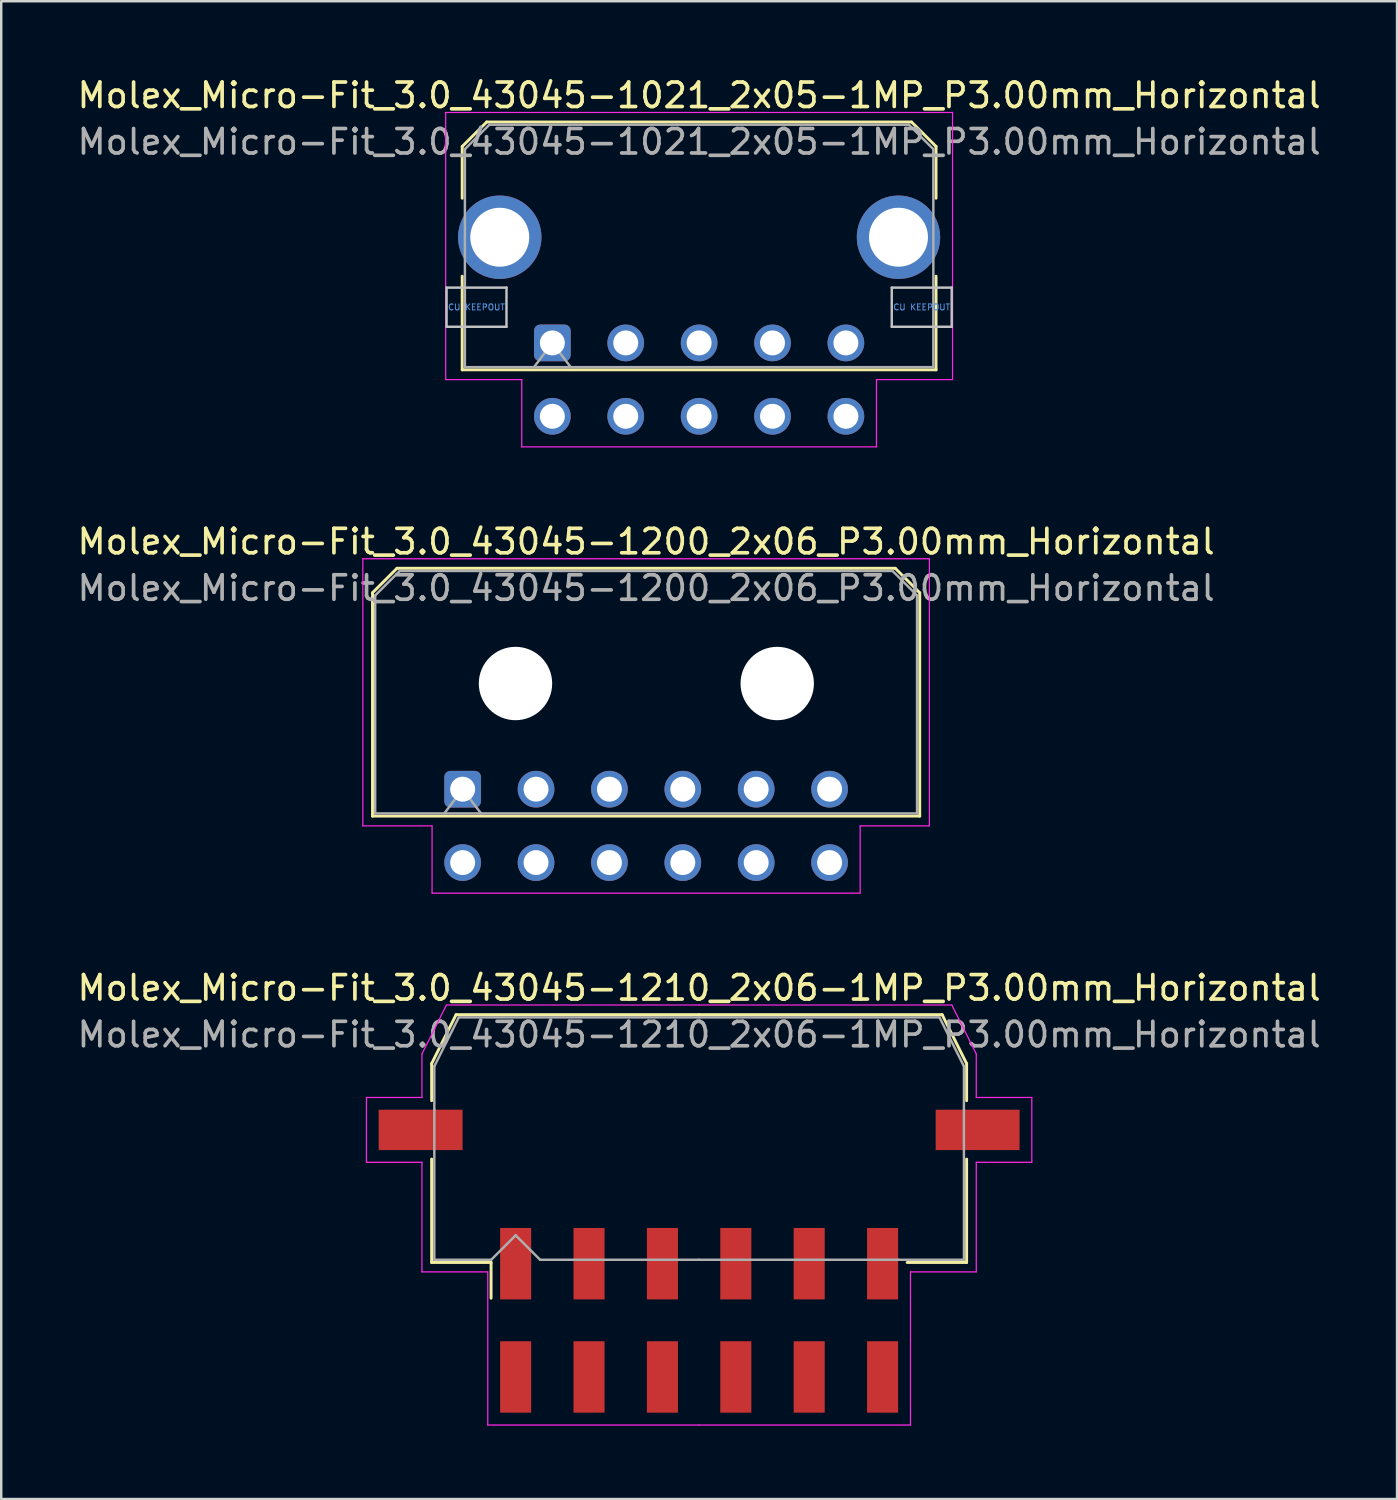
<source format=kicad_pcb>
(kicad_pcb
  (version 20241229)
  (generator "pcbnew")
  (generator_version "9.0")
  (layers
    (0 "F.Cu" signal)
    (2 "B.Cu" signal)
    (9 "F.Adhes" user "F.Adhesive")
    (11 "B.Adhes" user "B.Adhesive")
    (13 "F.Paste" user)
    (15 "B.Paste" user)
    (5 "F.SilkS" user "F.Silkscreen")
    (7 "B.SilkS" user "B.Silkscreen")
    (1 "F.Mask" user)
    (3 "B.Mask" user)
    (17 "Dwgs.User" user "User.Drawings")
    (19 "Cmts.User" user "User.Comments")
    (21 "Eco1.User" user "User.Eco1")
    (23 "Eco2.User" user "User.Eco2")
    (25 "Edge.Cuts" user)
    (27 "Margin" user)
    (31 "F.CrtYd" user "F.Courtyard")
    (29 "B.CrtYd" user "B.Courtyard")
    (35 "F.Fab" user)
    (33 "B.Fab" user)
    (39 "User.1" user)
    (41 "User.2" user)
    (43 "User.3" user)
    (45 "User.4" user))
  (footprint "Molex_Micro-Fit_3.0_43045-1200_2x06_P3.00mm_Horizontal"
    (layer "F.Cu")
    (at 15.863 29.212)
    (property "Reference" "Molex_Micro-Fit_3.0_43045-1200_2x06_P3.00mm_Horizontal" (at 7.5 -10.12 0) (layer "F.SilkS") (effects (font (size 1 1) (thickness 0.15))))
    (attr through_hole)
    (fp_line (start -3.685 -8.03) (end -2.685 -9.03) (stroke (width 0.12) (type solid)) (layer "F.SilkS"))
    (fp_line (start -3.685 1.1) (end -3.685 -8.03) (stroke (width 0.12) (type solid)) (layer "F.SilkS"))
    (fp_line (start -2.685 -9.03) (end 17.685 -9.03) (stroke (width 0.12) (type solid)) (layer "F.SilkS"))
    (fp_line (start 17.685 -9.03) (end 18.685 -8.03) (stroke (width 0.12) (type solid)) (layer "F.SilkS"))
    (fp_line (start 18.685 -8.03) (end 18.685 1.1) (stroke (width 0.12) (type solid)) (layer "F.SilkS"))
    (fp_line (start 18.685 1.1) (end -3.685 1.1) (stroke (width 0.12) (type solid)) (layer "F.SilkS"))
    (fp_line (start -4.08 -9.42) (end 19.08 -9.42) (stroke (width 0.05) (type solid)) (layer "F.CrtYd"))
    (fp_line (start -4.08 1.5) (end -4.08 -9.42) (stroke (width 0.05) (type solid)) (layer "F.CrtYd"))
    (fp_line (start -1.25 1.5) (end -4.08 1.5) (stroke (width 0.05) (type solid)) (layer "F.CrtYd"))
    (fp_line (start -1.25 4.25) (end -1.25 1.5) (stroke (width 0.05) (type solid)) (layer "F.CrtYd"))
    (fp_line (start 16.25 1.5) (end 16.25 4.25) (stroke (width 0.05) (type solid)) (layer "F.CrtYd"))
    (fp_line (start 16.25 4.25) (end -1.25 4.25) (stroke (width 0.05) (type solid)) (layer "F.CrtYd"))
    (fp_line (start 19.08 -9.42) (end 19.08 1.5) (stroke (width 0.05) (type solid)) (layer "F.CrtYd"))
    (fp_line (start 19.08 1.5) (end 16.25 1.5) (stroke (width 0.05) (type solid)) (layer "F.CrtYd"))
    (fp_line (start -3.575 -7.92) (end -2.575 -8.92) (stroke (width 0.1) (type solid)) (layer "F.Fab"))
    (fp_line (start -3.575 0.99) (end -3.575 -7.92) (stroke (width 0.1) (type solid)) (layer "F.Fab"))
    (fp_line (start -2.575 -8.92) (end 17.575 -8.92) (stroke (width 0.1) (type solid)) (layer "F.Fab"))
    (fp_line (start -0.75 0.99) (end 0 0) (stroke (width 0.1) (type solid)) (layer "F.Fab"))
    (fp_line (start 0 0) (end 0.75 0.99) (stroke (width 0.1) (type solid)) (layer "F.Fab"))
    (fp_line (start 17.575 -8.92) (end 18.575 -7.92) (stroke (width 0.1) (type solid)) (layer "F.Fab"))
    (fp_line (start 18.575 -7.92) (end 18.575 0.99) (stroke (width 0.1) (type solid)) (layer "F.Fab"))
    (fp_line (start 18.575 0.99) (end -3.575 0.99) (stroke (width 0.1) (type solid)) (layer "F.Fab"))
    (fp_text user "${REFERENCE}" (at 7.5 -8.22 0) (layer "F.Fab") (effects (font (size 1 1) (thickness 0.15))))
    (pad "" np_thru_hole circle (at 2.16 -4.32) (size 3 3) (drill 3) (layers "*.Cu" "*.Mask"))
    (pad "" np_thru_hole circle (at 12.86 -4.32) (size 3 3) (drill 3) (layers "*.Cu" "*.Mask"))
    (pad "1" thru_hole roundrect (at 0 0) (size 1.5 1.5) (drill 1.02) (layers "*.Cu" "*.Mask") (roundrect_rratio 0.167))
    (pad "2" thru_hole circle (at 3 0) (size 1.5 1.5) (drill 1.02) (layers "*.Cu" "*.Mask"))
    (pad "3" thru_hole circle (at 6 0) (size 1.5 1.5) (drill 1.02) (layers "*.Cu" "*.Mask"))
    (pad "4" thru_hole circle (at 9 0) (size 1.5 1.5) (drill 1.02) (layers "*.Cu" "*.Mask"))
    (pad "5" thru_hole circle (at 12 0) (size 1.5 1.5) (drill 1.02) (layers "*.Cu" "*.Mask"))
    (pad "6" thru_hole circle (at 15 0) (size 1.5 1.5) (drill 1.02) (layers "*.Cu" "*.Mask"))
    (pad "7" thru_hole circle (at 0 3) (size 1.5 1.5) (drill 1.02) (layers "*.Cu" "*.Mask"))
    (pad "8" thru_hole circle (at 3 3) (size 1.5 1.5) (drill 1.02) (layers "*.Cu" "*.Mask"))
    (pad "9" thru_hole circle (at 6 3) (size 1.5 1.5) (drill 1.02) (layers "*.Cu" "*.Mask"))
    (pad "10" thru_hole circle (at 9 3) (size 1.5 1.5) (drill 1.02) (layers "*.Cu" "*.Mask"))
    (pad "11" thru_hole circle (at 12 3) (size 1.5 1.5) (drill 1.02) (layers "*.Cu" "*.Mask"))
    (pad "12" thru_hole circle (at 15 3) (size 1.5 1.5) (drill 1.02) (layers "*.Cu" "*.Mask")))
  (footprint "Molex_Micro-Fit_3.0_43045-1021_2x05-1MP_P3.00mm_Horizontal"
    (layer "F.Cu")
    (at 19.53 10.968)
    (property "Reference" "Molex_Micro-Fit_3.0_43045-1021_2x05-1MP_P3.00mm_Horizontal" (at 6 -10.12 0) (layer "F.SilkS") (effects (font (size 1 1) (thickness 0.15))))
    (attr through_hole)
    (fp_line (start -3.685 -8.03) (end -2.685 -9.03) (stroke (width 0.12) (type solid)) (layer "F.SilkS"))
    (fp_line (start -3.685 -5.915) (end -3.685 -8.03) (stroke (width 0.12) (type solid)) (layer "F.SilkS"))
    (fp_line (start -3.685 -2.725) (end -3.685 1.1) (stroke (width 0.12) (type solid)) (layer "F.SilkS"))
    (fp_line (start -3.685 1.1) (end 15.685 1.1) (stroke (width 0.12) (type solid)) (layer "F.SilkS"))
    (fp_line (start -2.685 -9.03) (end 14.685 -9.03) (stroke (width 0.12) (type solid)) (layer "F.SilkS"))
    (fp_line (start 14.685 -9.03) (end 15.685 -8.03) (stroke (width 0.12) (type solid)) (layer "F.SilkS"))
    (fp_line (start 15.685 -8.03) (end 15.685 -5.915) (stroke (width 0.12) (type solid)) (layer "F.SilkS"))
    (fp_line (start 15.685 1.1) (end 15.685 -2.725) (stroke (width 0.12) (type solid)) (layer "F.SilkS"))
    (fp_line (start -4.325 -2.26) (end -4.325 -0.66) (stroke (width 0.1) (type solid)) (layer "Dwgs.User"))
    (fp_line (start -4.325 -0.66) (end -1.875 -0.66) (stroke (width 0.1) (type solid)) (layer "Dwgs.User"))
    (fp_line (start -1.875 -2.26) (end -4.325 -2.26) (stroke (width 0.1) (type solid)) (layer "Dwgs.User"))
    (fp_line (start -1.875 -0.66) (end -1.875 -2.26) (stroke (width 0.1) (type solid)) (layer "Dwgs.User"))
    (fp_line (start 13.875 -2.26) (end 13.875 -0.66) (stroke (width 0.1) (type solid)) (layer "Dwgs.User"))
    (fp_line (start 13.875 -0.66) (end 16.325 -0.66) (stroke (width 0.1) (type solid)) (layer "Dwgs.User"))
    (fp_line (start 16.325 -2.26) (end 13.875 -2.26) (stroke (width 0.1) (type solid)) (layer "Dwgs.User"))
    (fp_line (start 16.325 -0.66) (end 16.325 -2.26) (stroke (width 0.1) (type solid)) (layer "Dwgs.User"))
    (fp_line (start -4.36 -9.42) (end 16.36 -9.42) (stroke (width 0.05) (type solid)) (layer "F.CrtYd"))
    (fp_line (start -4.36 1.5) (end -4.36 -9.42) (stroke (width 0.05) (type solid)) (layer "F.CrtYd"))
    (fp_line (start -1.25 1.5) (end -4.36 1.5) (stroke (width 0.05) (type solid)) (layer "F.CrtYd"))
    (fp_line (start -1.25 4.25) (end -1.25 1.5) (stroke (width 0.05) (type solid)) (layer "F.CrtYd"))
    (fp_line (start 13.25 1.5) (end 13.25 4.25) (stroke (width 0.05) (type solid)) (layer "F.CrtYd"))
    (fp_line (start 13.25 4.25) (end -1.25 4.25) (stroke (width 0.05) (type solid)) (layer "F.CrtYd"))
    (fp_line (start 16.36 -9.42) (end 16.36 1.5) (stroke (width 0.05) (type solid)) (layer "F.CrtYd"))
    (fp_line (start 16.36 1.5) (end 13.25 1.5) (stroke (width 0.05) (type solid)) (layer "F.CrtYd"))
    (fp_line (start -3.575 -7.92) (end -2.575 -8.92) (stroke (width 0.1) (type solid)) (layer "F.Fab"))
    (fp_line (start -3.575 0.99) (end -3.575 -7.92) (stroke (width 0.1) (type solid)) (layer "F.Fab"))
    (fp_line (start -2.575 -8.92) (end 14.575 -8.92) (stroke (width 0.1) (type solid)) (layer "F.Fab"))
    (fp_line (start -0.75 0.99) (end 0 0) (stroke (width 0.1) (type solid)) (layer "F.Fab"))
    (fp_line (start 0 0) (end 0.75 0.99) (stroke (width 0.1) (type solid)) (layer "F.Fab"))
    (fp_line (start 14.575 -8.92) (end 15.575 -7.92) (stroke (width 0.1) (type solid)) (layer "F.Fab"))
    (fp_line (start 15.575 -7.92) (end 15.575 0.99) (stroke (width 0.1) (type solid)) (layer "F.Fab"))
    (fp_line (start 15.575 0.99) (end -3.575 0.99) (stroke (width 0.1) (type solid)) (layer "F.Fab"))
    (fp_text user "CU KEEPOUT" (at -3.1 -1.46 0) (layer "Cmts.User") (effects (font (size 0.245 0.245) (thickness 0.037))))
    (fp_text user "CU KEEPOUT" (at 15.1 -1.46 0) (layer "Cmts.User") (effects (font (size 0.245 0.245) (thickness 0.037))))
    (fp_text user "${REFERENCE}" (at 6 -8.22 0) (layer "F.Fab") (effects (font (size 1 1) (thickness 0.15))))
    (pad "1" thru_hole roundrect (at 0 0) (size 1.5 1.5) (drill 1.02) (layers "*.Cu" "*.Mask") (roundrect_rratio 0.167))
    (pad "2" thru_hole circle (at 3 0) (size 1.5 1.5) (drill 1.02) (layers "*.Cu" "*.Mask"))
    (pad "3" thru_hole circle (at 6 0) (size 1.5 1.5) (drill 1.02) (layers "*.Cu" "*.Mask"))
    (pad "4" thru_hole circle (at 9 0) (size 1.5 1.5) (drill 1.02) (layers "*.Cu" "*.Mask"))
    (pad "5" thru_hole circle (at 12 0) (size 1.5 1.5) (drill 1.02) (layers "*.Cu" "*.Mask"))
    (pad "6" thru_hole circle (at 0 3) (size 1.5 1.5) (drill 1.02) (layers "*.Cu" "*.Mask"))
    (pad "7" thru_hole circle (at 3 3) (size 1.5 1.5) (drill 1.02) (layers "*.Cu" "*.Mask"))
    (pad "8" thru_hole circle (at 6 3) (size 1.5 1.5) (drill 1.02) (layers "*.Cu" "*.Mask"))
    (pad "9" thru_hole circle (at 9 3) (size 1.5 1.5) (drill 1.02) (layers "*.Cu" "*.Mask"))
    (pad "10" thru_hole circle (at 12 3) (size 1.5 1.5) (drill 1.02) (layers "*.Cu" "*.Mask"))
    (pad "MP" thru_hole circle (at -2.15 -4.32) (size 3.41 3.41) (drill 2.41) (layers "*.Cu" "*.Mask"))
    (pad "MP" thru_hole circle (at 14.15 -4.32) (size 3.41 3.41) (drill 2.41) (layers "*.Cu" "*.Mask")))
  (footprint "Molex_Micro-Fit_3.0_43045-1210_2x06-1MP_P3.00mm_Horizontal"
    (layer "F.Cu")
    (at 25.53 50.925)
    (property "Reference" "Molex_Micro-Fit_3.0_43045-1210_2x06-1MP_P3.00mm_Horizontal" (at 0 -13.59 0) (layer "F.SilkS") (effects (font (size 1 1) (thickness 0.15))))
    (attr smd)
    (fp_line (start -10.935 -10.495) (end -10.935 -8.98) (stroke (width 0.12) (type solid)) (layer "F.SilkS"))
    (fp_line (start -10.935 -6.59) (end -10.935 -2.365) (stroke (width 0.12) (type solid)) (layer "F.SilkS"))
    (fp_line (start -10.935 -2.365) (end -8.505 -2.365) (stroke (width 0.12) (type solid)) (layer "F.SilkS"))
    (fp_line (start -9.935 -12.495) (end -10.935 -10.495) (stroke (width 0.12) (type solid)) (layer "F.SilkS"))
    (fp_line (start -8.505 -2.365) (end -8.505 -0.905) (stroke (width 0.12) (type solid)) (layer "F.SilkS"))
    (fp_line (start 0 -12.495) (end -9.935 -12.495) (stroke (width 0.12) (type solid)) (layer "F.SilkS"))
    (fp_line (start 0 -12.495) (end 9.935 -12.495) (stroke (width 0.12) (type solid)) (layer "F.SilkS"))
    (fp_line (start 9.935 -12.495) (end 10.935 -10.495) (stroke (width 0.12) (type solid)) (layer "F.SilkS"))
    (fp_line (start 10.935 -10.495) (end 10.935 -8.98) (stroke (width 0.12) (type solid)) (layer "F.SilkS"))
    (fp_line (start 10.935 -6.59) (end 10.935 -2.365) (stroke (width 0.12) (type solid)) (layer "F.SilkS"))
    (fp_line (start 10.935 -2.365) (end 8.505 -2.365) (stroke (width 0.12) (type solid)) (layer "F.SilkS"))
    (fp_line (start -13.6 -9.11) (end -13.6 -6.46) (stroke (width 0.05) (type solid)) (layer "F.CrtYd"))
    (fp_line (start -13.6 -6.46) (end -11.33 -6.46) (stroke (width 0.05) (type solid)) (layer "F.CrtYd"))
    (fp_line (start -11.33 -10.89) (end -11.33 -9.11) (stroke (width 0.05) (type solid)) (layer "F.CrtYd"))
    (fp_line (start -11.33 -9.11) (end -13.6 -9.11) (stroke (width 0.05) (type solid)) (layer "F.CrtYd"))
    (fp_line (start -11.33 -6.46) (end -11.33 -1.98) (stroke (width 0.05) (type solid)) (layer "F.CrtYd"))
    (fp_line (start -11.33 -1.98) (end -8.64 -1.98) (stroke (width 0.05) (type solid)) (layer "F.CrtYd"))
    (fp_line (start -10.33 -12.89) (end -11.33 -10.89) (stroke (width 0.05) (type solid)) (layer "F.CrtYd"))
    (fp_line (start -8.64 -1.98) (end -8.64 4.28) (stroke (width 0.05) (type solid)) (layer "F.CrtYd"))
    (fp_line (start -8.64 4.28) (end 0 4.28) (stroke (width 0.05) (type solid)) (layer "F.CrtYd"))
    (fp_line (start 0 -12.89) (end -10.33 -12.89) (stroke (width 0.05) (type solid)) (layer "F.CrtYd"))
    (fp_line (start 0 -12.89) (end 10.33 -12.89) (stroke (width 0.05) (type solid)) (layer "F.CrtYd"))
    (fp_line (start 8.64 -1.98) (end 8.64 4.28) (stroke (width 0.05) (type solid)) (layer "F.CrtYd"))
    (fp_line (start 8.64 4.28) (end 0 4.28) (stroke (width 0.05) (type solid)) (layer "F.CrtYd"))
    (fp_line (start 10.33 -12.89) (end 11.33 -10.89) (stroke (width 0.05) (type solid)) (layer "F.CrtYd"))
    (fp_line (start 11.33 -10.89) (end 11.33 -9.11) (stroke (width 0.05) (type solid)) (layer "F.CrtYd"))
    (fp_line (start 11.33 -9.11) (end 13.6 -9.11) (stroke (width 0.05) (type solid)) (layer "F.CrtYd"))
    (fp_line (start 11.33 -6.46) (end 11.33 -1.98) (stroke (width 0.05) (type solid)) (layer "F.CrtYd"))
    (fp_line (start 11.33 -1.98) (end 8.64 -1.98) (stroke (width 0.05) (type solid)) (layer "F.CrtYd"))
    (fp_line (start 13.6 -9.11) (end 13.6 -6.46) (stroke (width 0.05) (type solid)) (layer "F.CrtYd"))
    (fp_line (start 13.6 -6.46) (end 11.33 -6.46) (stroke (width 0.05) (type solid)) (layer "F.CrtYd"))
    (fp_line (start -10.825 -10.385) (end -10.825 -8.61) (stroke (width 0.1) (type solid)) (layer "F.Fab"))
    (fp_line (start -10.825 -8.61) (end -10.825 -2.475) (stroke (width 0.1) (type solid)) (layer "F.Fab"))
    (fp_line (start -10.825 -2.475) (end -8.5 -2.475) (stroke (width 0.1) (type solid)) (layer "F.Fab"))
    (fp_line (start -9.825 -12.385) (end -10.825 -10.385) (stroke (width 0.1) (type solid)) (layer "F.Fab"))
    (fp_line (start -8.5 -2.475) (end -7.5 -3.475) (stroke (width 0.1) (type solid)) (layer "F.Fab"))
    (fp_line (start -7.5 -3.475) (end -6.5 -2.475) (stroke (width 0.1) (type solid)) (layer "F.Fab"))
    (fp_line (start -6.5 -2.475) (end 0 -2.475) (stroke (width 0.1) (type solid)) (layer "F.Fab"))
    (fp_line (start 0 -12.385) (end -9.825 -12.385) (stroke (width 0.1) (type solid)) (layer "F.Fab"))
    (fp_line (start 0 -12.385) (end 9.825 -12.385) (stroke (width 0.1) (type solid)) (layer "F.Fab"))
    (fp_line (start 8.135 -2.475) (end 0 -2.475) (stroke (width 0.1) (type solid)) (layer "F.Fab"))
    (fp_line (start 9.825 -12.385) (end 10.825 -10.385) (stroke (width 0.1) (type solid)) (layer "F.Fab"))
    (fp_line (start 10.825 -10.385) (end 10.825 -8.61) (stroke (width 0.1) (type solid)) (layer "F.Fab"))
    (fp_line (start 10.825 -8.61) (end 10.825 -2.475) (stroke (width 0.1) (type solid)) (layer "F.Fab"))
    (fp_line (start 10.825 -2.475) (end 8.135 -2.475) (stroke (width 0.1) (type solid)) (layer "F.Fab"))
    (fp_text user "${REFERENCE}" (at 0 -11.68 0) (layer "F.Fab") (effects (font (size 1 1) (thickness 0.15))))
    (pad "1" smd rect (at -7.5 -2.315) (size 1.27 2.92) (layers "F.Cu" "F.Mask" "F.Paste"))
    (pad "2" smd rect (at -4.5 -2.315) (size 1.27 2.92) (layers "F.Cu" "F.Mask" "F.Paste"))
    (pad "3" smd rect (at -1.5 -2.315) (size 1.27 2.92) (layers "F.Cu" "F.Mask" "F.Paste"))
    (pad "4" smd rect (at 1.5 -2.315) (size 1.27 2.92) (layers "F.Cu" "F.Mask" "F.Paste"))
    (pad "5" smd rect (at 4.5 -2.315) (size 1.27 2.92) (layers "F.Cu" "F.Mask" "F.Paste"))
    (pad "6" smd rect (at 7.5 -2.315) (size 1.27 2.92) (layers "F.Cu" "F.Mask" "F.Paste"))
    (pad "7" smd rect (at -7.5 2.315) (size 1.27 2.92) (layers "F.Cu" "F.Mask" "F.Paste"))
    (pad "8" smd rect (at -4.5 2.315) (size 1.27 2.92) (layers "F.Cu" "F.Mask" "F.Paste"))
    (pad "9" smd rect (at -1.5 2.315) (size 1.27 2.92) (layers "F.Cu" "F.Mask" "F.Paste"))
    (pad "10" smd rect (at 1.5 2.315) (size 1.27 2.92) (layers "F.Cu" "F.Mask" "F.Paste"))
    (pad "11" smd rect (at 4.5 2.315) (size 1.27 2.92) (layers "F.Cu" "F.Mask" "F.Paste"))
    (pad "12" smd rect (at 7.5 2.315) (size 1.27 2.92) (layers "F.Cu" "F.Mask" "F.Paste"))
    (pad "MP" smd rect (at -11.385 -7.785) (size 3.43 1.65) (layers "F.Cu" "F.Mask" "F.Paste"))
    (pad "MP" smd rect (at 11.385 -7.785) (size 3.43 1.65) (layers "F.Cu" "F.Mask" "F.Paste")))
  (gr_rect
    (start -3 -3)
    (end 54.06 58.23)
    (stroke (width 0.1) (type default))
    (fill no)
    (layer "Edge.Cuts")))
</source>
